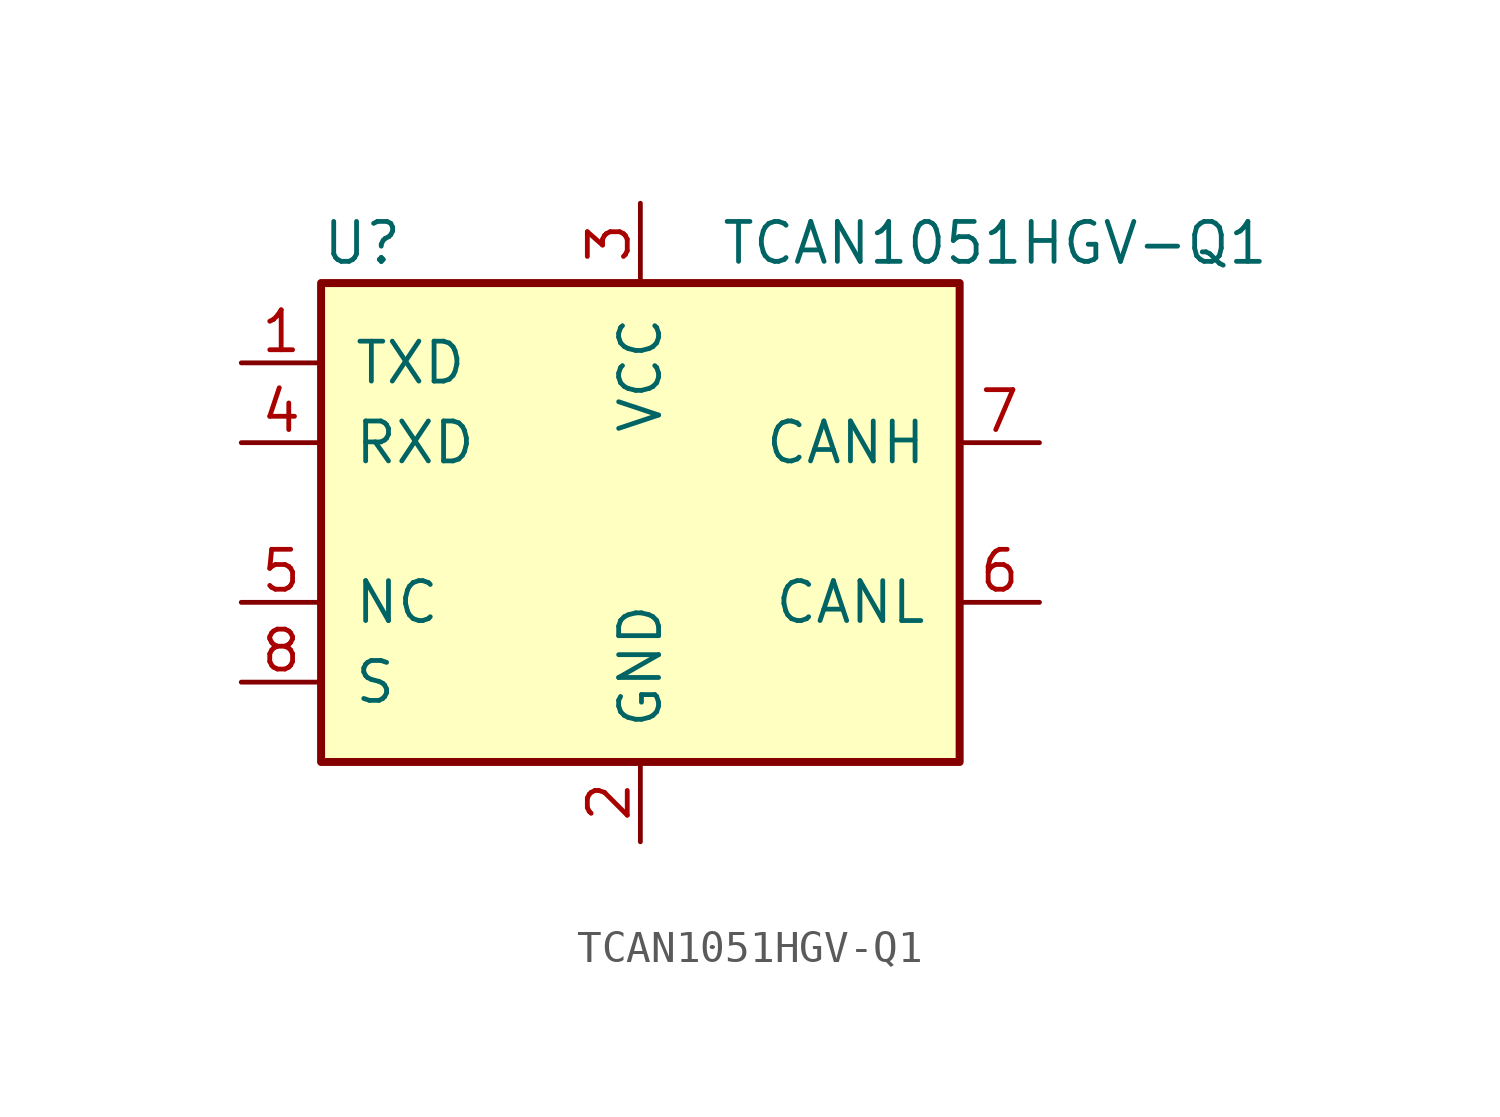
<source format=kicad_sym>
(kicad_symbol_lib
  (version 20231120)
  (generator "kicad_symbol_editor")
  (generator_version "8.0")
  (symbol "TCAN1051HGV-Q1"
    (pin_names
      (offset 1.016))
    (property "Reference" "U"
      (at -10.16 8.89 0)
      (effects (font (size 1.27 1.27)) (justify left)))
    (property "Value" "TCAN1051HGV-Q1"
      (at 2.54 8.89 0)
      (effects (font (size 1.27 1.27)) (justify left)))
    (symbol "TCAN1051HGV-Q1_0_1"
      (rectangle (start -10.16 7.62) (end 10.16 -7.62) (stroke (width 0.254) (type default)) (fill (type background))))
    (symbol "TCAN1051HGV-Q1_1_1"
      (pin input line (at -12.7 5.08 0) (length 2.54) (name "TXD" (effects (font (size 1.27 1.27)))) (number "1" (effects (font (size 1.27 1.27)))))
      (pin power_in line (at 0 -10.16 90) (length 2.54) (name "GND" (effects (font (size 1.27 1.27)))) (number "2" (effects (font (size 1.27 1.27)))))
      (pin power_in line (at 0 10.16 270) (length 2.54) (name "VCC" (effects (font (size 1.27 1.27)))) (number "3" (effects (font (size 1.27 1.27)))))
      (pin output line (at -12.7 2.54 0) (length 2.54) (name "RXD" (effects (font (size 1.27 1.27)))) (number "4" (effects (font (size 1.27 1.27)))))
      (pin input line (at -12.7 -2.54 0) (length 2.54) (name "NC" (effects (font (size 1.27 1.27)))) (number "5" (effects (font (size 1.27 1.27)))))
      (pin bidirectional line (at 12.7 -2.54 180) (length 2.54) (name "CANL" (effects (font (size 1.27 1.27)))) (number "6" (effects (font (size 1.27 1.27)))))
      (pin bidirectional line (at 12.7 2.54 180) (length 2.54) (name "CANH" (effects (font (size 1.27 1.27)))) (number "7" (effects (font (size 1.27 1.27)))))
      (pin input line (at -12.7 -5.08 0) (length 2.54) (name "S" (effects (font (size 1.27 1.27)))) (number "8" (effects (font (size 1.27 1.27))))))))
</source>
